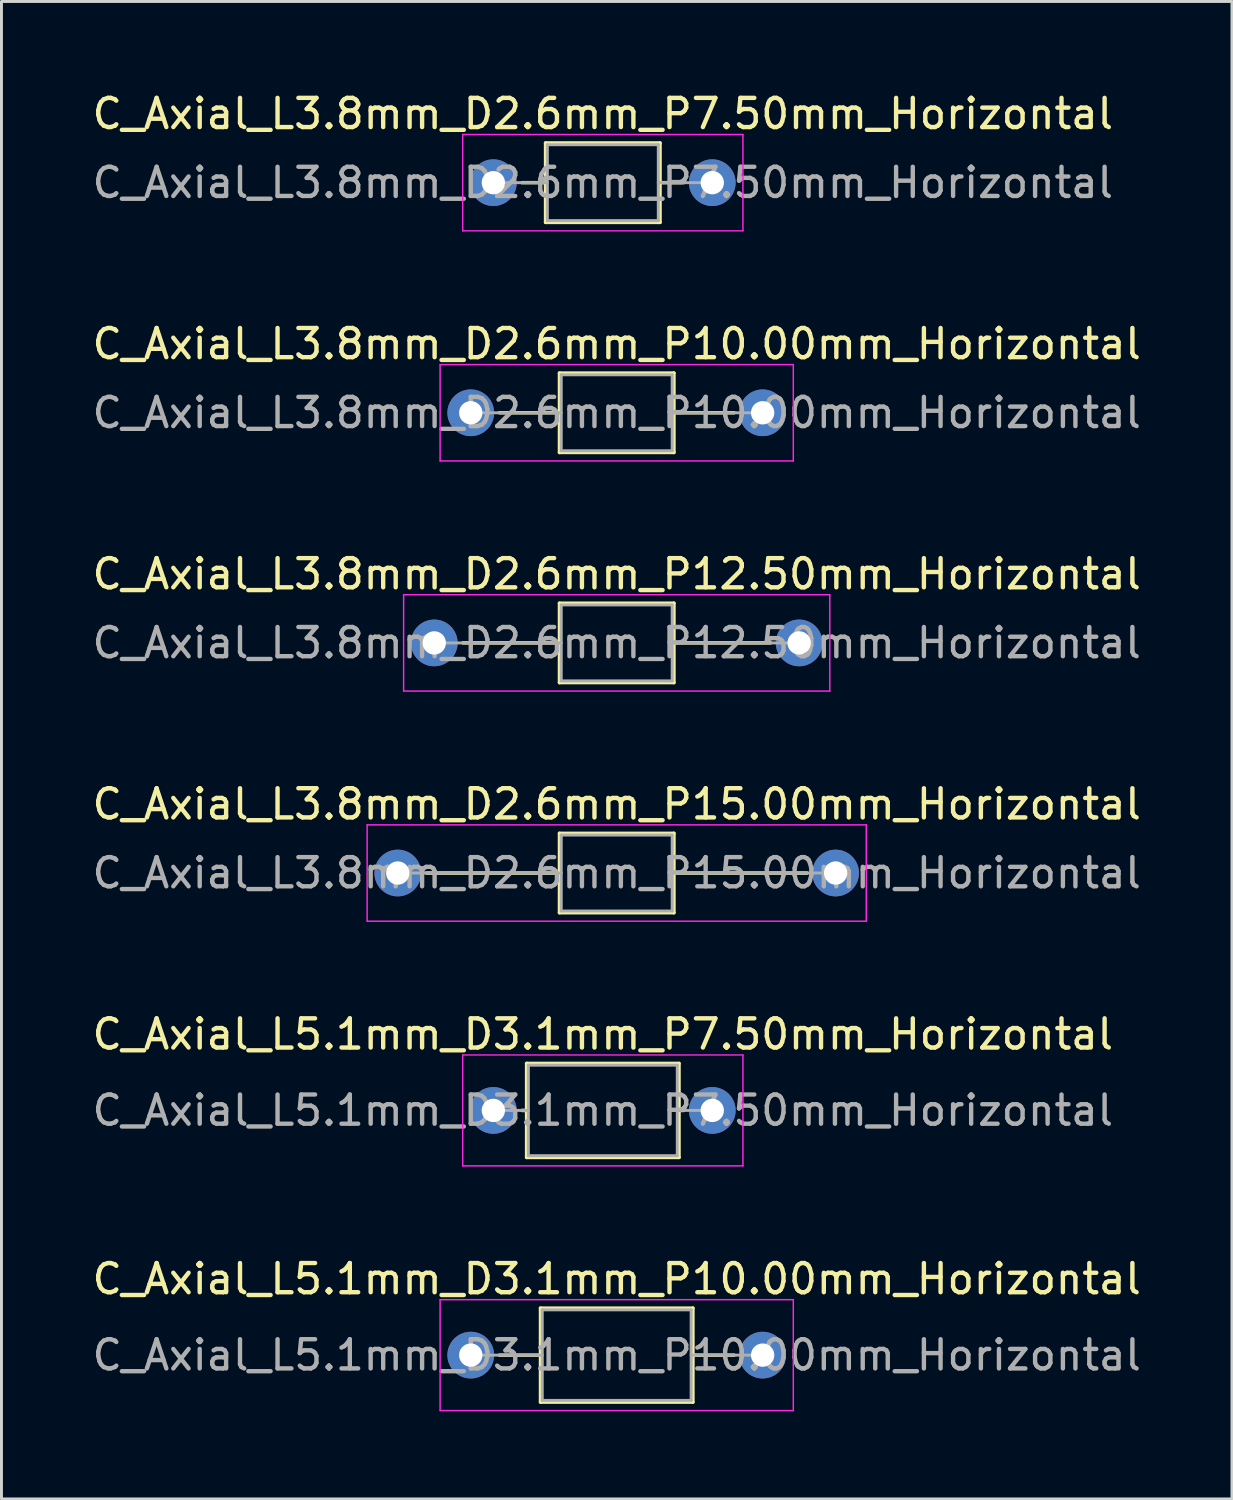
<source format=kicad_pcb>
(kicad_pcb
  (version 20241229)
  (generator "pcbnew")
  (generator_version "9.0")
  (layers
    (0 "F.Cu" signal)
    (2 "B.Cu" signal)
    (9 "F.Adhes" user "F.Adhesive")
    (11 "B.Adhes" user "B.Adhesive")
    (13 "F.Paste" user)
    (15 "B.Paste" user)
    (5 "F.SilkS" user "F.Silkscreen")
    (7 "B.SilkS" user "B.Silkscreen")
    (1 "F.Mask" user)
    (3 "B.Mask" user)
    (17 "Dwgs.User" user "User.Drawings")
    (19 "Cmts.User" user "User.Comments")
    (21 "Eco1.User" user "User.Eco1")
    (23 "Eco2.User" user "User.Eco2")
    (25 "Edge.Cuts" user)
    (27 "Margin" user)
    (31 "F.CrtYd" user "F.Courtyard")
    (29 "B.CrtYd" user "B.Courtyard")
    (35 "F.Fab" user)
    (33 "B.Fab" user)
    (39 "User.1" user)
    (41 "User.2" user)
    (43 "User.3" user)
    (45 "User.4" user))
  (footprint "C_Axial_L3.8mm_D2.6mm_P7.50mm_Horizontal"
    (layer "F.Cu")
    (at 13.851 3.208)
    (property "Reference" "C_Axial_L3.8mm_D2.6mm_P7.50mm_Horizontal" (at 3.75 -2.36 0) (layer "F.SilkS") (effects (font (size 1 1) (thickness 0.15))))
    (attr through_hole)
    (fp_line (start 0.98 0) (end 1.79 0) (stroke (width 0.12) (type solid)) (layer "F.SilkS"))
    (fp_line (start 1.79 -1.36) (end 1.79 1.36) (stroke (width 0.12) (type solid)) (layer "F.SilkS"))
    (fp_line (start 1.79 1.36) (end 5.71 1.36) (stroke (width 0.12) (type solid)) (layer "F.SilkS"))
    (fp_line (start 5.71 -1.36) (end 1.79 -1.36) (stroke (width 0.12) (type solid)) (layer "F.SilkS"))
    (fp_line (start 5.71 1.36) (end 5.71 -1.36) (stroke (width 0.12) (type solid)) (layer "F.SilkS"))
    (fp_line (start 6.52 0) (end 5.71 0) (stroke (width 0.12) (type solid)) (layer "F.SilkS"))
    (fp_line (start -1.05 -1.65) (end -1.05 1.65) (stroke (width 0.05) (type solid)) (layer "F.CrtYd"))
    (fp_line (start -1.05 1.65) (end 8.55 1.65) (stroke (width 0.05) (type solid)) (layer "F.CrtYd"))
    (fp_line (start 8.55 -1.65) (end -1.05 -1.65) (stroke (width 0.05) (type solid)) (layer "F.CrtYd"))
    (fp_line (start 8.55 1.65) (end 8.55 -1.65) (stroke (width 0.05) (type solid)) (layer "F.CrtYd"))
    (fp_line (start 0 0) (end 1.85 0) (stroke (width 0.1) (type solid)) (layer "F.Fab"))
    (fp_line (start 1.85 -1.3) (end 1.85 1.3) (stroke (width 0.1) (type solid)) (layer "F.Fab"))
    (fp_line (start 1.85 1.3) (end 5.65 1.3) (stroke (width 0.1) (type solid)) (layer "F.Fab"))
    (fp_line (start 5.65 -1.3) (end 1.85 -1.3) (stroke (width 0.1) (type solid)) (layer "F.Fab"))
    (fp_line (start 5.65 1.3) (end 5.65 -1.3) (stroke (width 0.1) (type solid)) (layer "F.Fab"))
    (fp_line (start 7.5 0) (end 5.65 0) (stroke (width 0.1) (type solid)) (layer "F.Fab"))
    (fp_text user "${REFERENCE}" (at 3.75 0 0) (layer "F.Fab") (effects (font (size 1 1) (thickness 0.15))))
    (pad "1" thru_hole circle (at 0 0) (size 1.6 1.6) (drill 0.8) (layers "*.Cu" "*.Mask"))
    (pad "2" thru_hole oval (at 7.5 0) (size 1.6 1.6) (drill 0.8) (layers "*.Cu" "*.Mask")))
  (footprint "C_Axial_L3.8mm_D2.6mm_P12.50mm_Horizontal"
    (layer "F.Cu")
    (at 11.827 18.975)
    (property "Reference" "C_Axial_L3.8mm_D2.6mm_P12.50mm_Horizontal" (at 6.25 -2.36 0) (layer "F.SilkS") (effects (font (size 1 1) (thickness 0.15))))
    (attr through_hole)
    (fp_line (start 0.98 0) (end 4.29 0) (stroke (width 0.12) (type solid)) (layer "F.SilkS"))
    (fp_line (start 4.29 -1.36) (end 4.29 1.36) (stroke (width 0.12) (type solid)) (layer "F.SilkS"))
    (fp_line (start 4.29 1.36) (end 8.21 1.36) (stroke (width 0.12) (type solid)) (layer "F.SilkS"))
    (fp_line (start 8.21 -1.36) (end 4.29 -1.36) (stroke (width 0.12) (type solid)) (layer "F.SilkS"))
    (fp_line (start 8.21 1.36) (end 8.21 -1.36) (stroke (width 0.12) (type solid)) (layer "F.SilkS"))
    (fp_line (start 11.52 0) (end 8.21 0) (stroke (width 0.12) (type solid)) (layer "F.SilkS"))
    (fp_line (start -1.05 -1.65) (end -1.05 1.65) (stroke (width 0.05) (type solid)) (layer "F.CrtYd"))
    (fp_line (start -1.05 1.65) (end 13.55 1.65) (stroke (width 0.05) (type solid)) (layer "F.CrtYd"))
    (fp_line (start 13.55 -1.65) (end -1.05 -1.65) (stroke (width 0.05) (type solid)) (layer "F.CrtYd"))
    (fp_line (start 13.55 1.65) (end 13.55 -1.65) (stroke (width 0.05) (type solid)) (layer "F.CrtYd"))
    (fp_line (start 0 0) (end 4.35 0) (stroke (width 0.1) (type solid)) (layer "F.Fab"))
    (fp_line (start 4.35 -1.3) (end 4.35 1.3) (stroke (width 0.1) (type solid)) (layer "F.Fab"))
    (fp_line (start 4.35 1.3) (end 8.15 1.3) (stroke (width 0.1) (type solid)) (layer "F.Fab"))
    (fp_line (start 8.15 -1.3) (end 4.35 -1.3) (stroke (width 0.1) (type solid)) (layer "F.Fab"))
    (fp_line (start 8.15 1.3) (end 8.15 -1.3) (stroke (width 0.1) (type solid)) (layer "F.Fab"))
    (fp_line (start 12.5 0) (end 8.15 0) (stroke (width 0.1) (type solid)) (layer "F.Fab"))
    (fp_text user "${REFERENCE}" (at 6.25 0 0) (layer "F.Fab") (effects (font (size 1 1) (thickness 0.15))))
    (pad "1" thru_hole circle (at 0 0) (size 1.6 1.6) (drill 0.8) (layers "*.Cu" "*.Mask"))
    (pad "2" thru_hole oval (at 12.5 0) (size 1.6 1.6) (drill 0.8) (layers "*.Cu" "*.Mask")))
  (footprint "C_Axial_L5.1mm_D3.1mm_P7.50mm_Horizontal"
    (layer "F.Cu")
    (at 13.851 34.991)
    (property "Reference" "C_Axial_L5.1mm_D3.1mm_P7.50mm_Horizontal" (at 3.75 -2.61 0) (layer "F.SilkS") (effects (font (size 1 1) (thickness 0.15))))
    (attr through_hole)
    (fp_line (start 0.98 0) (end 1.14 0) (stroke (width 0.12) (type solid)) (layer "F.SilkS"))
    (fp_line (start 1.14 -1.61) (end 1.14 1.61) (stroke (width 0.12) (type solid)) (layer "F.SilkS"))
    (fp_line (start 1.14 1.61) (end 6.36 1.61) (stroke (width 0.12) (type solid)) (layer "F.SilkS"))
    (fp_line (start 6.36 -1.61) (end 1.14 -1.61) (stroke (width 0.12) (type solid)) (layer "F.SilkS"))
    (fp_line (start 6.36 1.61) (end 6.36 -1.61) (stroke (width 0.12) (type solid)) (layer "F.SilkS"))
    (fp_line (start 6.52 0) (end 6.36 0) (stroke (width 0.12) (type solid)) (layer "F.SilkS"))
    (fp_line (start -1.05 -1.9) (end -1.05 1.9) (stroke (width 0.05) (type solid)) (layer "F.CrtYd"))
    (fp_line (start -1.05 1.9) (end 8.55 1.9) (stroke (width 0.05) (type solid)) (layer "F.CrtYd"))
    (fp_line (start 8.55 -1.9) (end -1.05 -1.9) (stroke (width 0.05) (type solid)) (layer "F.CrtYd"))
    (fp_line (start 8.55 1.9) (end 8.55 -1.9) (stroke (width 0.05) (type solid)) (layer "F.CrtYd"))
    (fp_line (start 0 0) (end 1.2 0) (stroke (width 0.1) (type solid)) (layer "F.Fab"))
    (fp_line (start 1.2 -1.55) (end 1.2 1.55) (stroke (width 0.1) (type solid)) (layer "F.Fab"))
    (fp_line (start 1.2 1.55) (end 6.3 1.55) (stroke (width 0.1) (type solid)) (layer "F.Fab"))
    (fp_line (start 6.3 -1.55) (end 1.2 -1.55) (stroke (width 0.1) (type solid)) (layer "F.Fab"))
    (fp_line (start 6.3 1.55) (end 6.3 -1.55) (stroke (width 0.1) (type solid)) (layer "F.Fab"))
    (fp_line (start 7.5 0) (end 6.3 0) (stroke (width 0.1) (type solid)) (layer "F.Fab"))
    (fp_text user "${REFERENCE}" (at 3.75 0 0) (layer "F.Fab") (effects (font (size 1 1) (thickness 0.15))))
    (pad "1" thru_hole circle (at 0 0) (size 1.6 1.6) (drill 0.8) (layers "*.Cu" "*.Mask"))
    (pad "2" thru_hole oval (at 7.5 0) (size 1.6 1.6) (drill 0.8) (layers "*.Cu" "*.Mask")))
  (footprint "C_Axial_L3.8mm_D2.6mm_P15.00mm_Horizontal"
    (layer "F.Cu")
    (at 10.577 26.858)
    (property "Reference" "C_Axial_L3.8mm_D2.6mm_P15.00mm_Horizontal" (at 7.5 -2.36 0) (layer "F.SilkS") (effects (font (size 1 1) (thickness 0.15))))
    (attr through_hole)
    (fp_line (start 0.98 0) (end 5.54 0) (stroke (width 0.12) (type solid)) (layer "F.SilkS"))
    (fp_line (start 5.54 -1.36) (end 5.54 1.36) (stroke (width 0.12) (type solid)) (layer "F.SilkS"))
    (fp_line (start 5.54 1.36) (end 9.46 1.36) (stroke (width 0.12) (type solid)) (layer "F.SilkS"))
    (fp_line (start 9.46 -1.36) (end 5.54 -1.36) (stroke (width 0.12) (type solid)) (layer "F.SilkS"))
    (fp_line (start 9.46 1.36) (end 9.46 -1.36) (stroke (width 0.12) (type solid)) (layer "F.SilkS"))
    (fp_line (start 14.02 0) (end 9.46 0) (stroke (width 0.12) (type solid)) (layer "F.SilkS"))
    (fp_line (start -1.05 -1.65) (end -1.05 1.65) (stroke (width 0.05) (type solid)) (layer "F.CrtYd"))
    (fp_line (start -1.05 1.65) (end 16.05 1.65) (stroke (width 0.05) (type solid)) (layer "F.CrtYd"))
    (fp_line (start 16.05 -1.65) (end -1.05 -1.65) (stroke (width 0.05) (type solid)) (layer "F.CrtYd"))
    (fp_line (start 16.05 1.65) (end 16.05 -1.65) (stroke (width 0.05) (type solid)) (layer "F.CrtYd"))
    (fp_line (start 0 0) (end 5.6 0) (stroke (width 0.1) (type solid)) (layer "F.Fab"))
    (fp_line (start 5.6 -1.3) (end 5.6 1.3) (stroke (width 0.1) (type solid)) (layer "F.Fab"))
    (fp_line (start 5.6 1.3) (end 9.4 1.3) (stroke (width 0.1) (type solid)) (layer "F.Fab"))
    (fp_line (start 9.4 -1.3) (end 5.6 -1.3) (stroke (width 0.1) (type solid)) (layer "F.Fab"))
    (fp_line (start 9.4 1.3) (end 9.4 -1.3) (stroke (width 0.1) (type solid)) (layer "F.Fab"))
    (fp_line (start 15 0) (end 9.4 0) (stroke (width 0.1) (type solid)) (layer "F.Fab"))
    (fp_text user "${REFERENCE}" (at 7.5 0 0) (layer "F.Fab") (effects (font (size 1 1) (thickness 0.15))))
    (pad "1" thru_hole circle (at 0 0) (size 1.6 1.6) (drill 0.8) (layers "*.Cu" "*.Mask"))
    (pad "2" thru_hole oval (at 15 0) (size 1.6 1.6) (drill 0.8) (layers "*.Cu" "*.Mask")))
  (footprint "C_Axial_L3.8mm_D2.6mm_P10.00mm_Horizontal"
    (layer "F.Cu")
    (at 13.077 11.091)
    (property "Reference" "C_Axial_L3.8mm_D2.6mm_P10.00mm_Horizontal" (at 5 -2.36 0) (layer "F.SilkS") (effects (font (size 1 1) (thickness 0.15))))
    (attr through_hole)
    (fp_line (start 0.98 0) (end 3.04 0) (stroke (width 0.12) (type solid)) (layer "F.SilkS"))
    (fp_line (start 3.04 -1.36) (end 3.04 1.36) (stroke (width 0.12) (type solid)) (layer "F.SilkS"))
    (fp_line (start 3.04 1.36) (end 6.96 1.36) (stroke (width 0.12) (type solid)) (layer "F.SilkS"))
    (fp_line (start 6.96 -1.36) (end 3.04 -1.36) (stroke (width 0.12) (type solid)) (layer "F.SilkS"))
    (fp_line (start 6.96 1.36) (end 6.96 -1.36) (stroke (width 0.12) (type solid)) (layer "F.SilkS"))
    (fp_line (start 9.02 0) (end 6.96 0) (stroke (width 0.12) (type solid)) (layer "F.SilkS"))
    (fp_line (start -1.05 -1.65) (end -1.05 1.65) (stroke (width 0.05) (type solid)) (layer "F.CrtYd"))
    (fp_line (start -1.05 1.65) (end 11.05 1.65) (stroke (width 0.05) (type solid)) (layer "F.CrtYd"))
    (fp_line (start 11.05 -1.65) (end -1.05 -1.65) (stroke (width 0.05) (type solid)) (layer "F.CrtYd"))
    (fp_line (start 11.05 1.65) (end 11.05 -1.65) (stroke (width 0.05) (type solid)) (layer "F.CrtYd"))
    (fp_line (start 0 0) (end 3.1 0) (stroke (width 0.1) (type solid)) (layer "F.Fab"))
    (fp_line (start 3.1 -1.3) (end 3.1 1.3) (stroke (width 0.1) (type solid)) (layer "F.Fab"))
    (fp_line (start 3.1 1.3) (end 6.9 1.3) (stroke (width 0.1) (type solid)) (layer "F.Fab"))
    (fp_line (start 6.9 -1.3) (end 3.1 -1.3) (stroke (width 0.1) (type solid)) (layer "F.Fab"))
    (fp_line (start 6.9 1.3) (end 6.9 -1.3) (stroke (width 0.1) (type solid)) (layer "F.Fab"))
    (fp_line (start 10 0) (end 6.9 0) (stroke (width 0.1) (type solid)) (layer "F.Fab"))
    (fp_text user "${REFERENCE}" (at 5 0 0) (layer "F.Fab") (effects (font (size 1 1) (thickness 0.15))))
    (pad "1" thru_hole circle (at 0 0) (size 1.6 1.6) (drill 0.8) (layers "*.Cu" "*.Mask"))
    (pad "2" thru_hole oval (at 10 0) (size 1.6 1.6) (drill 0.8) (layers "*.Cu" "*.Mask")))
  (footprint "C_Axial_L5.1mm_D3.1mm_P10.00mm_Horizontal"
    (layer "F.Cu")
    (at 13.077 43.374)
    (property "Reference" "C_Axial_L5.1mm_D3.1mm_P10.00mm_Horizontal" (at 5 -2.61 0) (layer "F.SilkS") (effects (font (size 1 1) (thickness 0.15))))
    (attr through_hole)
    (fp_line (start 0.98 0) (end 2.39 0) (stroke (width 0.12) (type solid)) (layer "F.SilkS"))
    (fp_line (start 2.39 -1.61) (end 2.39 1.61) (stroke (width 0.12) (type solid)) (layer "F.SilkS"))
    (fp_line (start 2.39 1.61) (end 7.61 1.61) (stroke (width 0.12) (type solid)) (layer "F.SilkS"))
    (fp_line (start 7.61 -1.61) (end 2.39 -1.61) (stroke (width 0.12) (type solid)) (layer "F.SilkS"))
    (fp_line (start 7.61 1.61) (end 7.61 -1.61) (stroke (width 0.12) (type solid)) (layer "F.SilkS"))
    (fp_line (start 9.02 0) (end 7.61 0) (stroke (width 0.12) (type solid)) (layer "F.SilkS"))
    (fp_line (start -1.05 -1.9) (end -1.05 1.9) (stroke (width 0.05) (type solid)) (layer "F.CrtYd"))
    (fp_line (start -1.05 1.9) (end 11.05 1.9) (stroke (width 0.05) (type solid)) (layer "F.CrtYd"))
    (fp_line (start 11.05 -1.9) (end -1.05 -1.9) (stroke (width 0.05) (type solid)) (layer "F.CrtYd"))
    (fp_line (start 11.05 1.9) (end 11.05 -1.9) (stroke (width 0.05) (type solid)) (layer "F.CrtYd"))
    (fp_line (start 0 0) (end 2.45 0) (stroke (width 0.1) (type solid)) (layer "F.Fab"))
    (fp_line (start 2.45 -1.55) (end 2.45 1.55) (stroke (width 0.1) (type solid)) (layer "F.Fab"))
    (fp_line (start 2.45 1.55) (end 7.55 1.55) (stroke (width 0.1) (type solid)) (layer "F.Fab"))
    (fp_line (start 7.55 -1.55) (end 2.45 -1.55) (stroke (width 0.1) (type solid)) (layer "F.Fab"))
    (fp_line (start 7.55 1.55) (end 7.55 -1.55) (stroke (width 0.1) (type solid)) (layer "F.Fab"))
    (fp_line (start 10 0) (end 7.55 0) (stroke (width 0.1) (type solid)) (layer "F.Fab"))
    (fp_text user "${REFERENCE}" (at 5 0 0) (layer "F.Fab") (effects (font (size 1 1) (thickness 0.15))))
    (pad "1" thru_hole circle (at 0 0) (size 1.6 1.6) (drill 0.8) (layers "*.Cu" "*.Mask"))
    (pad "2" thru_hole oval (at 10 0) (size 1.6 1.6) (drill 0.8) (layers "*.Cu" "*.Mask")))
  (gr_rect
    (start -3 -3)
    (end 39.155 48.3)
    (stroke (width 0.1) (type default))
    (fill no)
    (layer "Edge.Cuts")))
</source>
